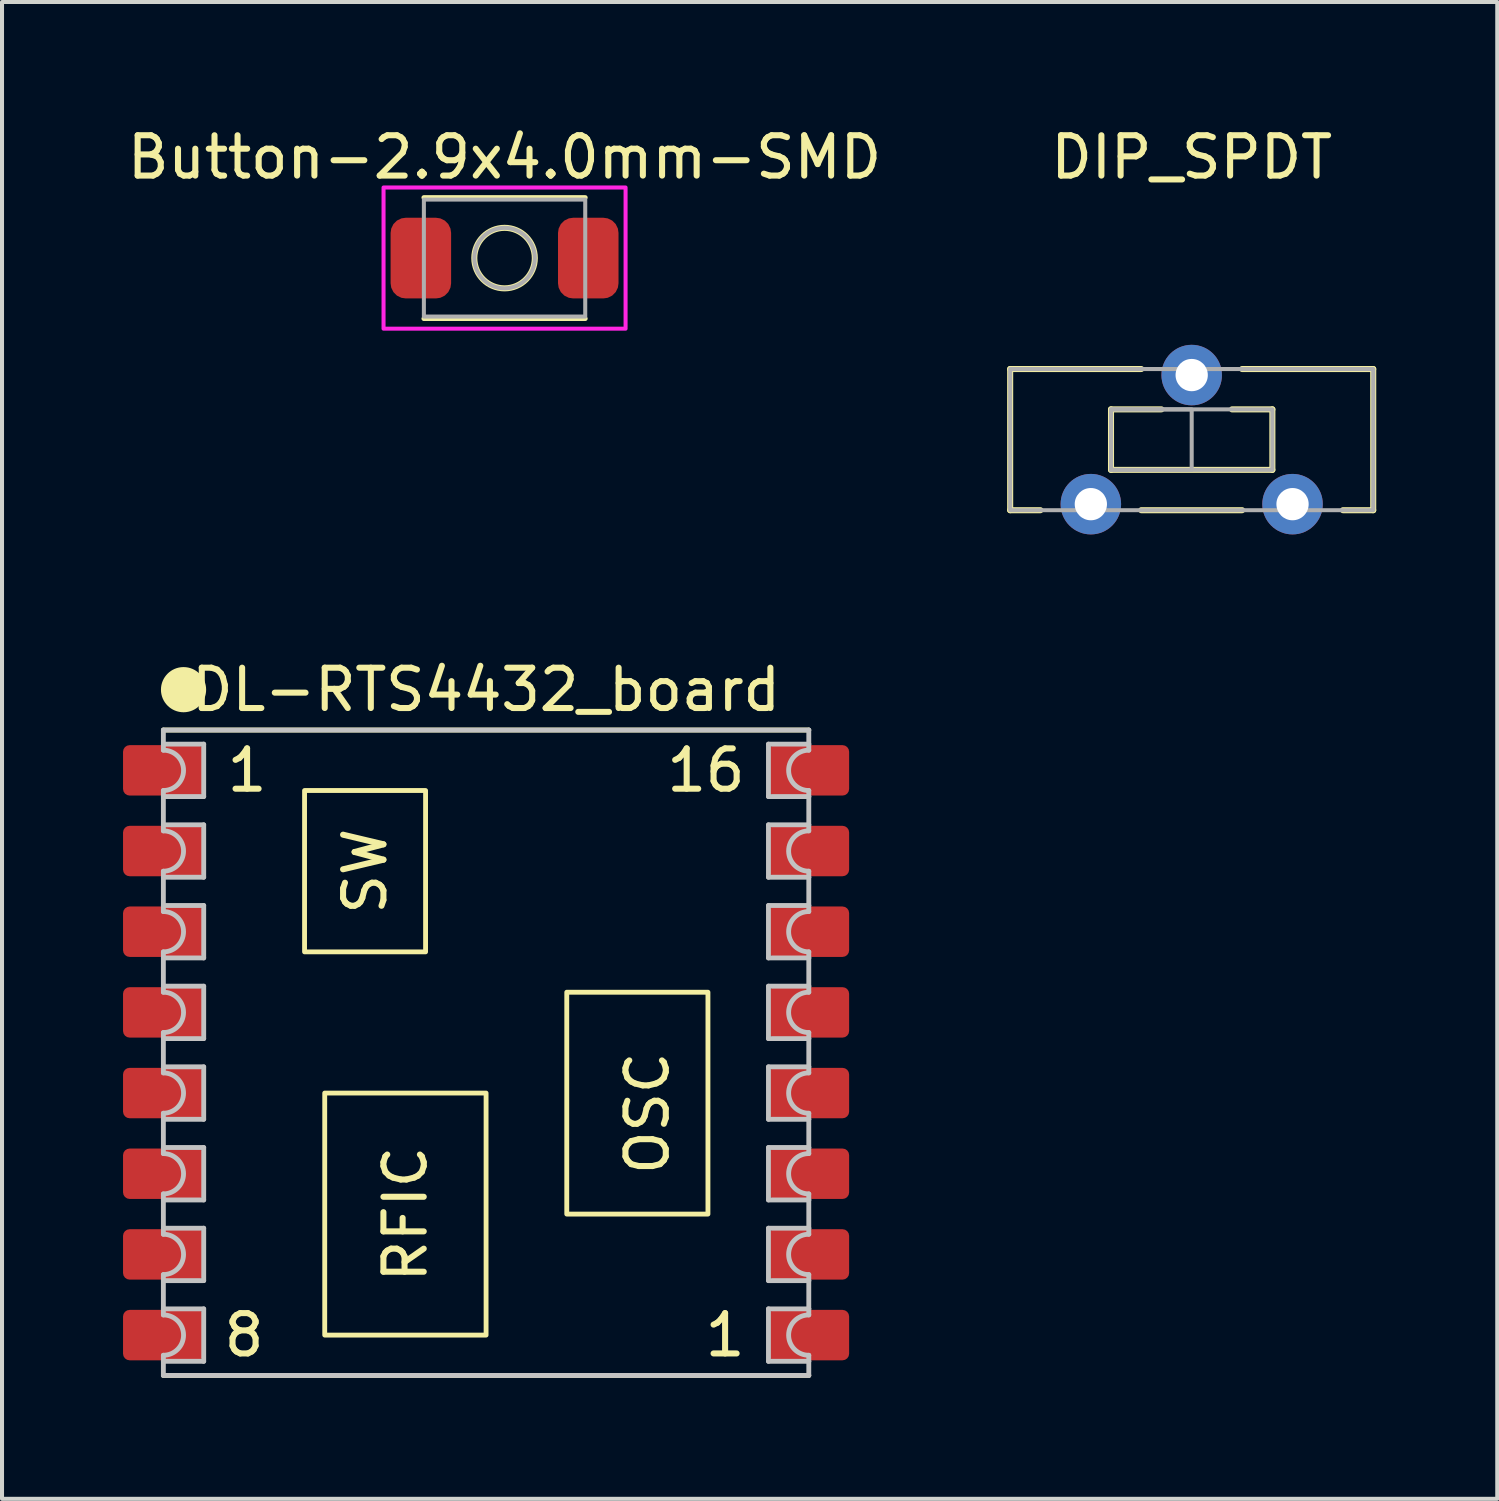
<source format=kicad_pcb>
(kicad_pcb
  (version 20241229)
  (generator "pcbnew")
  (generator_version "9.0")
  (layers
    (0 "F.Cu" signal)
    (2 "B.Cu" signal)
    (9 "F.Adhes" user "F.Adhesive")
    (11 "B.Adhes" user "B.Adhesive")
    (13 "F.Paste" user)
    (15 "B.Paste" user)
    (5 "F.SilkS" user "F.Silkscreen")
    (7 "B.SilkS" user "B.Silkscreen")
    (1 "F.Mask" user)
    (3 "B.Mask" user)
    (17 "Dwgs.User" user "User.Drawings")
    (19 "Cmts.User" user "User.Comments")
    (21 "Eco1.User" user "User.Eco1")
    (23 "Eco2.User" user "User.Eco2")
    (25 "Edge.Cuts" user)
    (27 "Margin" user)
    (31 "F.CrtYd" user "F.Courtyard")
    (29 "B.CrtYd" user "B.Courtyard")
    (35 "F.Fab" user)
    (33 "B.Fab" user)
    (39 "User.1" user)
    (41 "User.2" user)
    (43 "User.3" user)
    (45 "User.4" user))
  (footprint "DIP_SPDT"
    (layer "F.Cu")
    (at 26.492 7.848)
    (property "Reference" "DIP_SPDT" (at 0 -7 0) (unlocked yes) (layer "F.SilkS") (effects (font (size 1 1) (thickness 0.15))))
    (attr through_hole)
    (fp_line (start -4.5 -1.75) (end -1.25 -1.75) (stroke (width 0.15) (type solid)) (layer "F.SilkS"))
    (fp_line (start -4.5 1.75) (end -4.5 -1.75) (stroke (width 0.15) (type solid)) (layer "F.SilkS"))
    (fp_line (start -3.75 1.75) (end -4.5 1.75) (stroke (width 0.15) (type solid)) (layer "F.SilkS"))
    (fp_line (start -2 -0.75) (end -2 0.75) (stroke (width 0.15) (type solid)) (layer "F.SilkS"))
    (fp_line (start -2 0.75) (end 2 0.75) (stroke (width 0.15) (type solid)) (layer "F.SilkS"))
    (fp_line (start -1.25 1.75) (end 1.25 1.75) (stroke (width 0.15) (type solid)) (layer "F.SilkS"))
    (fp_line (start -0.75 -0.75) (end -2 -0.75) (stroke (width 0.15) (type solid)) (layer "F.SilkS"))
    (fp_line (start 2 -0.75) (end 1 -0.75) (stroke (width 0.15) (type solid)) (layer "F.SilkS"))
    (fp_line (start 2 0.75) (end 2 -0.75) (stroke (width 0.15) (type solid)) (layer "F.SilkS"))
    (fp_line (start 4.5 -1.75) (end 1.25 -1.75) (stroke (width 0.15) (type solid)) (layer "F.SilkS"))
    (fp_line (start 4.5 -1.75) (end 4.5 1.75) (stroke (width 0.15) (type solid)) (layer "F.SilkS"))
    (fp_line (start 4.5 1.75) (end 3.75 1.75) (stroke (width 0.15) (type solid)) (layer "F.SilkS"))
    (fp_rect (start -4.5 1.75) (end 4.5 -1.75) (stroke (width 0.1) (type solid)) (fill no) (layer "F.Fab"))
    (fp_rect (start -2 -0.75) (end 0 0.75) (stroke (width 0.1) (type solid)) (fill no) (layer "F.Fab"))
    (fp_rect (start -2 -0.75) (end 2 0.75) (stroke (width 0.1) (type solid)) (fill no) (layer "F.Fab"))
    (pad "1" thru_hole circle (at -2.5 1.6) (size 1.5 1.5) (drill 0.8) (layers "*.Cu" "*.Mask"))
    (pad "2" thru_hole circle (at 0 -1.6) (size 1.5 1.5) (drill 0.8) (layers "*.Cu" "*.Mask"))
    (pad "3" thru_hole circle (at 2.5 1.6) (size 1.5 1.5) (drill 0.8) (layers "*.Cu" "*.Mask")))
  (footprint "Button-2.9x4.0mm-SMD"
    (layer "F.Cu")
    (at 9.458 3.348)
    (property "Reference" "Button-2.9x4.0mm-SMD" (at 0 -2.5 0) (unlocked yes) (layer "F.SilkS") (effects (font (size 1 1) (thickness 0.15))))
    (attr smd)
    (fp_line (start -2 -1.5) (end 2 -1.5) (stroke (width 0.12) (type solid)) (layer "F.SilkS"))
    (fp_line (start -2 1.5) (end 2 1.5) (stroke (width 0.12) (type solid)) (layer "F.SilkS"))
    (fp_circle (center 0 0) (end 0.75 0) (stroke (width 0.15) (type solid)) (fill no) (layer "F.SilkS"))
    (fp_rect (start -3 -1.75) (end 3 1.75) (stroke (width 0.1) (type solid)) (fill no) (layer "F.CrtYd"))
    (fp_rect (start -2 -1.45) (end 2 1.45) (stroke (width 0.1) (type solid)) (fill no) (layer "F.Fab"))
    (fp_circle (center 0 0) (end 0 -0.75) (stroke (width 0.1) (type solid)) (fill no) (layer "F.Fab"))
    (pad "1" smd roundrect (at -2.075 0) (size 1.5 2) (layers "F.Cu" "F.Mask" "F.Paste") (roundrect_rratio 0.25))
    (pad "2" smd roundrect (at 2.075 0) (size 1.5 2) (layers "F.Cu" "F.Mask" "F.Paste") (roundrect_rratio 0.25)))
  (footprint "DL-RTS4432_board"
    (layer "F.Cu")
    (at 9 23.047)
    (property "Reference" "DL-RTS4432_board" (at 0 -9 0) (unlocked yes) (layer "F.SilkS") (effects (font (size 1 1) (thickness 0.15))))
    (attr smd)
    (fp_line (start -8 -8) (end 8 -8) (stroke (width 0.12) (type solid)) (layer "F.SilkS"))
    (fp_line (start -8 8) (end 8 8) (stroke (width 0.12) (type solid)) (layer "F.SilkS"))
    (fp_rect (start -4.5 -6.5) (end -1.5 -2.5) (stroke (width 0.12) (type solid)) (fill no) (layer "F.SilkS"))
    (fp_rect (start -4 1) (end 0 7) (stroke (width 0.12) (type solid)) (fill no) (layer "F.SilkS"))
    (fp_rect (start 2 -1.5) (end 5.5 4) (stroke (width 0.12) (type solid)) (fill no) (layer "F.SilkS"))
    (fp_circle (center -7.5 -9) (end -7 -9) (stroke (width 0.12) (type solid)) (fill yes) (layer "F.SilkS"))
    (fp_line (start -8 -8) (end 8 -8) (stroke (width 0.12) (type solid)) (layer "Dwgs.User"))
    (fp_line (start -8 -7.65) (end -8 -8) (stroke (width 0.12) (type solid)) (layer "Dwgs.User"))
    (fp_line (start -8 -7.65) (end -7 -7.65) (stroke (width 0.12) (type solid)) (layer "Dwgs.User"))
    (fp_line (start -8 -7.5) (end -8 -7.65) (stroke (width 0.12) (type solid)) (layer "Dwgs.User"))
    (fp_line (start -8 -6.35) (end -8 -6.5) (stroke (width 0.12) (type solid)) (layer "Dwgs.User"))
    (fp_line (start -8 -5.65) (end -8 -6.35) (stroke (width 0.12) (type solid)) (layer "Dwgs.User"))
    (fp_line (start -8 -5.65) (end -7 -5.65) (stroke (width 0.12) (type solid)) (layer "Dwgs.User"))
    (fp_line (start -8 -5.5) (end -8 -5.65) (stroke (width 0.12) (type solid)) (layer "Dwgs.User"))
    (fp_line (start -8 -4.35) (end -8 -4.5) (stroke (width 0.12) (type solid)) (layer "Dwgs.User"))
    (fp_line (start -8 -3.65) (end -8 -4.35) (stroke (width 0.12) (type solid)) (layer "Dwgs.User"))
    (fp_line (start -8 -3.65) (end -7 -3.65) (stroke (width 0.12) (type solid)) (layer "Dwgs.User"))
    (fp_line (start -8 -3.5) (end -8 -3.65) (stroke (width 0.12) (type solid)) (layer "Dwgs.User"))
    (fp_line (start -8 -2.35) (end -8 -2.5) (stroke (width 0.12) (type solid)) (layer "Dwgs.User"))
    (fp_line (start -8 -1.65) (end -8 -2.35) (stroke (width 0.12) (type solid)) (layer "Dwgs.User"))
    (fp_line (start -8 -1.65) (end -7 -1.65) (stroke (width 0.12) (type solid)) (layer "Dwgs.User"))
    (fp_line (start -8 -1.5) (end -8 -1.65) (stroke (width 0.12) (type solid)) (layer "Dwgs.User"))
    (fp_line (start -8 -0.35) (end -8 -0.5) (stroke (width 0.12) (type solid)) (layer "Dwgs.User"))
    (fp_line (start -8 0.35) (end -8 -0.35) (stroke (width 0.12) (type solid)) (layer "Dwgs.User"))
    (fp_line (start -8 0.35) (end -7 0.35) (stroke (width 0.12) (type solid)) (layer "Dwgs.User"))
    (fp_line (start -8 0.5) (end -8 0.35) (stroke (width 0.12) (type solid)) (layer "Dwgs.User"))
    (fp_line (start -8 1.65) (end -8 1.5) (stroke (width 0.12) (type solid)) (layer "Dwgs.User"))
    (fp_line (start -8 2.35) (end -8 1.65) (stroke (width 0.12) (type solid)) (layer "Dwgs.User"))
    (fp_line (start -8 2.35) (end -7 2.35) (stroke (width 0.12) (type solid)) (layer "Dwgs.User"))
    (fp_line (start -8 2.5) (end -8 2.35) (stroke (width 0.12) (type solid)) (layer "Dwgs.User"))
    (fp_line (start -8 3.65) (end -8 3.5) (stroke (width 0.12) (type solid)) (layer "Dwgs.User"))
    (fp_line (start -8 4.35) (end -8 3.65) (stroke (width 0.12) (type solid)) (layer "Dwgs.User"))
    (fp_line (start -8 4.35) (end -7 4.35) (stroke (width 0.12) (type solid)) (layer "Dwgs.User"))
    (fp_line (start -8 4.5) (end -8 4.35) (stroke (width 0.12) (type solid)) (layer "Dwgs.User"))
    (fp_line (start -8 5.65) (end -8 5.5) (stroke (width 0.12) (type solid)) (layer "Dwgs.User"))
    (fp_line (start -8 6.35) (end -8 5.65) (stroke (width 0.12) (type solid)) (layer "Dwgs.User"))
    (fp_line (start -8 6.35) (end -7 6.35) (stroke (width 0.12) (type solid)) (layer "Dwgs.User"))
    (fp_line (start -8 6.5) (end -8 6.35) (stroke (width 0.12) (type solid)) (layer "Dwgs.User"))
    (fp_line (start -8 7.65) (end -8 7.5) (stroke (width 0.12) (type solid)) (layer "Dwgs.User"))
    (fp_line (start -8 8) (end -8 7.65) (stroke (width 0.12) (type solid)) (layer "Dwgs.User"))
    (fp_line (start -7 -7.65) (end -7 -6.35) (stroke (width 0.12) (type solid)) (layer "Dwgs.User"))
    (fp_line (start -7 -6.35) (end -8 -6.35) (stroke (width 0.12) (type solid)) (layer "Dwgs.User"))
    (fp_line (start -7 -5.65) (end -7 -4.35) (stroke (width 0.12) (type solid)) (layer "Dwgs.User"))
    (fp_line (start -7 -4.35) (end -8 -4.35) (stroke (width 0.12) (type solid)) (layer "Dwgs.User"))
    (fp_line (start -7 -3.65) (end -7 -2.35) (stroke (width 0.12) (type solid)) (layer "Dwgs.User"))
    (fp_line (start -7 -2.35) (end -8 -2.35) (stroke (width 0.12) (type solid)) (layer "Dwgs.User"))
    (fp_line (start -7 -1.65) (end -7 -0.35) (stroke (width 0.12) (type solid)) (layer "Dwgs.User"))
    (fp_line (start -7 -0.35) (end -8 -0.35) (stroke (width 0.12) (type solid)) (layer "Dwgs.User"))
    (fp_line (start -7 0.35) (end -7 1.65) (stroke (width 0.12) (type solid)) (layer "Dwgs.User"))
    (fp_line (start -7 1.65) (end -8 1.65) (stroke (width 0.12) (type solid)) (layer "Dwgs.User"))
    (fp_line (start -7 2.35) (end -7 3.65) (stroke (width 0.12) (type solid)) (layer "Dwgs.User"))
    (fp_line (start -7 3.65) (end -8 3.65) (stroke (width 0.12) (type solid)) (layer "Dwgs.User"))
    (fp_line (start -7 4.35) (end -7 5.65) (stroke (width 0.12) (type solid)) (layer "Dwgs.User"))
    (fp_line (start -7 5.65) (end -8 5.65) (stroke (width 0.12) (type solid)) (layer "Dwgs.User"))
    (fp_line (start -7 6.35) (end -7 7.65) (stroke (width 0.12) (type solid)) (layer "Dwgs.User"))
    (fp_line (start -7 7.65) (end -8 7.65) (stroke (width 0.12) (type solid)) (layer "Dwgs.User"))
    (fp_line (start 7 -7.65) (end 8 -7.65) (stroke (width 0.12) (type solid)) (layer "Dwgs.User"))
    (fp_line (start 7 -6.35) (end 7 -7.65) (stroke (width 0.12) (type solid)) (layer "Dwgs.User"))
    (fp_line (start 7 -5.65) (end 8 -5.65) (stroke (width 0.12) (type solid)) (layer "Dwgs.User"))
    (fp_line (start 7 -4.35) (end 7 -5.65) (stroke (width 0.12) (type solid)) (layer "Dwgs.User"))
    (fp_line (start 7 -3.65) (end 8 -3.65) (stroke (width 0.12) (type solid)) (layer "Dwgs.User"))
    (fp_line (start 7 -2.35) (end 7 -3.65) (stroke (width 0.12) (type solid)) (layer "Dwgs.User"))
    (fp_line (start 7 -1.65) (end 8 -1.65) (stroke (width 0.12) (type solid)) (layer "Dwgs.User"))
    (fp_line (start 7 -0.35) (end 7 -1.65) (stroke (width 0.12) (type solid)) (layer "Dwgs.User"))
    (fp_line (start 7 0.35) (end 8 0.35) (stroke (width 0.12) (type solid)) (layer "Dwgs.User"))
    (fp_line (start 7 1.65) (end 7 0.35) (stroke (width 0.12) (type solid)) (layer "Dwgs.User"))
    (fp_line (start 7 2.35) (end 8 2.35) (stroke (width 0.12) (type solid)) (layer "Dwgs.User"))
    (fp_line (start 7 3.65) (end 7 2.35) (stroke (width 0.12) (type solid)) (layer "Dwgs.User"))
    (fp_line (start 7 4.35) (end 8 4.35) (stroke (width 0.12) (type solid)) (layer "Dwgs.User"))
    (fp_line (start 7 5.65) (end 7 4.35) (stroke (width 0.12) (type solid)) (layer "Dwgs.User"))
    (fp_line (start 7 6.35) (end 8 6.35) (stroke (width 0.12) (type solid)) (layer "Dwgs.User"))
    (fp_line (start 7 7.65) (end 7 6.35) (stroke (width 0.12) (type solid)) (layer "Dwgs.User"))
    (fp_line (start 8 -8) (end 8 -7.65) (stroke (width 0.12) (type solid)) (layer "Dwgs.User"))
    (fp_line (start 8 -7.65) (end 8 -7.5) (stroke (width 0.12) (type solid)) (layer "Dwgs.User"))
    (fp_line (start 8 -6.5) (end 8 -6.35) (stroke (width 0.12) (type solid)) (layer "Dwgs.User"))
    (fp_line (start 8 -6.35) (end 7 -6.35) (stroke (width 0.12) (type solid)) (layer "Dwgs.User"))
    (fp_line (start 8 -6.35) (end 8 -5.65) (stroke (width 0.12) (type solid)) (layer "Dwgs.User"))
    (fp_line (start 8 -5.65) (end 8 -5.5) (stroke (width 0.12) (type solid)) (layer "Dwgs.User"))
    (fp_line (start 8 -4.5) (end 8 -4.35) (stroke (width 0.12) (type solid)) (layer "Dwgs.User"))
    (fp_line (start 8 -4.35) (end 7 -4.35) (stroke (width 0.12) (type solid)) (layer "Dwgs.User"))
    (fp_line (start 8 -4.35) (end 8 -3.65) (stroke (width 0.12) (type solid)) (layer "Dwgs.User"))
    (fp_line (start 8 -3.65) (end 8 -3.5) (stroke (width 0.12) (type solid)) (layer "Dwgs.User"))
    (fp_line (start 8 -2.5) (end 8 -2.35) (stroke (width 0.12) (type solid)) (layer "Dwgs.User"))
    (fp_line (start 8 -2.35) (end 7 -2.35) (stroke (width 0.12) (type solid)) (layer "Dwgs.User"))
    (fp_line (start 8 -2.35) (end 8 -1.65) (stroke (width 0.12) (type solid)) (layer "Dwgs.User"))
    (fp_line (start 8 -1.65) (end 8 -1.5) (stroke (width 0.12) (type solid)) (layer "Dwgs.User"))
    (fp_line (start 8 -0.5) (end 8 -0.35) (stroke (width 0.12) (type solid)) (layer "Dwgs.User"))
    (fp_line (start 8 -0.35) (end 7 -0.35) (stroke (width 0.12) (type solid)) (layer "Dwgs.User"))
    (fp_line (start 8 -0.35) (end 8 0.35) (stroke (width 0.12) (type solid)) (layer "Dwgs.User"))
    (fp_line (start 8 0.35) (end 8 0.5) (stroke (width 0.12) (type solid)) (layer "Dwgs.User"))
    (fp_line (start 8 1.5) (end 8 1.65) (stroke (width 0.12) (type solid)) (layer "Dwgs.User"))
    (fp_line (start 8 1.65) (end 7 1.65) (stroke (width 0.12) (type solid)) (layer "Dwgs.User"))
    (fp_line (start 8 1.65) (end 8 2.35) (stroke (width 0.12) (type solid)) (layer "Dwgs.User"))
    (fp_line (start 8 2.35) (end 8 2.5) (stroke (width 0.12) (type solid)) (layer "Dwgs.User"))
    (fp_line (start 8 3.5) (end 8 3.65) (stroke (width 0.12) (type solid)) (layer "Dwgs.User"))
    (fp_line (start 8 3.65) (end 7 3.65) (stroke (width 0.12) (type solid)) (layer "Dwgs.User"))
    (fp_line (start 8 3.65) (end 8 4.35) (stroke (width 0.12) (type solid)) (layer "Dwgs.User"))
    (fp_line (start 8 4.35) (end 8 4.5) (stroke (width 0.12) (type solid)) (layer "Dwgs.User"))
    (fp_line (start 8 5.5) (end 8 5.65) (stroke (width 0.12) (type solid)) (layer "Dwgs.User"))
    (fp_line (start 8 5.65) (end 7 5.65) (stroke (width 0.12) (type solid)) (layer "Dwgs.User"))
    (fp_line (start 8 5.65) (end 8 6.35) (stroke (width 0.12) (type solid)) (layer "Dwgs.User"))
    (fp_line (start 8 6.35) (end 8 6.5) (stroke (width 0.12) (type solid)) (layer "Dwgs.User"))
    (fp_line (start 8 7.5) (end 8 7.65) (stroke (width 0.12) (type solid)) (layer "Dwgs.User"))
    (fp_line (start 8 7.65) (end 7 7.65) (stroke (width 0.12) (type solid)) (layer "Dwgs.User"))
    (fp_line (start 8 7.65) (end 8 8) (stroke (width 0.12) (type solid)) (layer "Dwgs.User"))
    (fp_line (start 8 8) (end -8 8) (stroke (width 0.12) (type solid)) (layer "Dwgs.User"))
    (fp_arc (start -8 -7.5) (mid -7.5 -7) (end -8 -6.5) (stroke (width 0.12) (type solid)) (layer "Dwgs.User"))
    (fp_arc (start -8 -5.5) (mid -7.5 -5) (end -8 -4.5) (stroke (width 0.12) (type solid)) (layer "Dwgs.User"))
    (fp_arc (start -8 -3.5) (mid -7.5 -3) (end -8 -2.5) (stroke (width 0.12) (type solid)) (layer "Dwgs.User"))
    (fp_arc (start -8 -1.5) (mid -7.5 -1) (end -8 -0.5) (stroke (width 0.12) (type solid)) (layer "Dwgs.User"))
    (fp_arc (start -8 0.5) (mid -7.5 1) (end -8 1.5) (stroke (width 0.12) (type solid)) (layer "Dwgs.User"))
    (fp_arc (start -8 2.5) (mid -7.5 3) (end -8 3.5) (stroke (width 0.12) (type solid)) (layer "Dwgs.User"))
    (fp_arc (start -8 4.5) (mid -7.5 5) (end -8 5.5) (stroke (width 0.12) (type solid)) (layer "Dwgs.User"))
    (fp_arc (start -8 6.5) (mid -7.5 7) (end -8 7.5) (stroke (width 0.12) (type solid)) (layer "Dwgs.User"))
    (fp_arc (start 8 -6.5) (mid 7.5 -7) (end 8 -7.5) (stroke (width 0.12) (type solid)) (layer "Dwgs.User"))
    (fp_arc (start 8 -4.5) (mid 7.5 -5) (end 8 -5.5) (stroke (width 0.12) (type solid)) (layer "Dwgs.User"))
    (fp_arc (start 8 -2.5) (mid 7.5 -3) (end 8 -3.5) (stroke (width 0.12) (type solid)) (layer "Dwgs.User"))
    (fp_arc (start 8 -0.5) (mid 7.5 -1) (end 8 -1.5) (stroke (width 0.12) (type solid)) (layer "Dwgs.User"))
    (fp_arc (start 8 1.5) (mid 7.5 1) (end 8 0.5) (stroke (width 0.12) (type solid)) (layer "Dwgs.User"))
    (fp_arc (start 8 3.5) (mid 7.5 3) (end 8 2.5) (stroke (width 0.12) (type solid)) (layer "Dwgs.User"))
    (fp_arc (start 8 5.5) (mid 7.5 5) (end 8 4.5) (stroke (width 0.12) (type solid)) (layer "Dwgs.User"))
    (fp_arc (start 8 7.5) (mid 7.5 7) (end 8 6.5) (stroke (width 0.12) (type solid)) (layer "Dwgs.User"))
    (fp_text user "1" (at -6.5 -7 0) (unlocked yes) (layer "F.SilkS") (effects (font (size 1 1) (thickness 0.15)) (justify left)))
    (fp_text user "8" (at -6 7 0) (unlocked yes) (layer "F.SilkS") (effects (font (size 1 1) (thickness 0.15))))
    (fp_text user "OSC" (at 4 1.5 90) (unlocked yes) (layer "F.SilkS") (effects (font (size 1 1) (thickness 0.15))))
    (fp_text user "16" (at 6.5 -7 0) (unlocked yes) (layer "F.SilkS") (effects (font (size 1 1) (thickness 0.15)) (justify right)))
    (fp_text user "SW" (at -3 -4.5 90) (unlocked yes) (layer "F.SilkS") (effects (font (size 1 1) (thickness 0.15))))
    (fp_text user "RFIC" (at -2 4 90) (unlocked yes) (layer "F.SilkS") (effects (font (size 1 1) (thickness 0.15))))
    (fp_text user "1" (at 6.5 7 0) (unlocked yes) (layer "F.SilkS") (effects (font (size 1 1) (thickness 0.15)) (justify right)))
    (pad "1" smd roundrect (at -8 -7) (size 2 1.25) (layers "F.Cu" "F.Mask" "F.Paste") (roundrect_rratio 0.131))
    (pad "2" smd roundrect (at -8 -5) (size 2 1.25) (layers "F.Cu" "F.Mask" "F.Paste") (roundrect_rratio 0.131))
    (pad "3" smd roundrect (at -8 -3) (size 2 1.25) (layers "F.Cu" "F.Mask" "F.Paste") (roundrect_rratio 0.131))
    (pad "4" smd roundrect (at -8 -1) (size 2 1.25) (layers "F.Cu" "F.Mask" "F.Paste") (roundrect_rratio 0.131))
    (pad "5" smd roundrect (at -8 1) (size 2 1.25) (layers "F.Cu" "F.Mask" "F.Paste") (roundrect_rratio 0.131))
    (pad "6" smd roundrect (at -8 3) (size 2 1.25) (layers "F.Cu" "F.Mask" "F.Paste") (roundrect_rratio 0.131))
    (pad "7" smd roundrect (at -8 5) (size 2 1.25) (layers "F.Cu" "F.Mask" "F.Paste") (roundrect_rratio 0.131))
    (pad "8" smd roundrect (at -8 7) (size 2 1.25) (layers "F.Cu" "F.Mask" "F.Paste") (roundrect_rratio 0.131))
    (pad "9" smd roundrect (at 8 7) (size 2 1.25) (layers "F.Cu" "F.Mask" "F.Paste") (roundrect_rratio 0.131))
    (pad "10" smd roundrect (at 8 5) (size 2 1.25) (layers "F.Cu" "F.Mask" "F.Paste") (roundrect_rratio 0.131))
    (pad "11" smd roundrect (at 8 3) (size 2 1.25) (layers "F.Cu" "F.Mask" "F.Paste") (roundrect_rratio 0.131))
    (pad "12" smd roundrect (at 8 1) (size 2 1.25) (layers "F.Cu" "F.Mask" "F.Paste") (roundrect_rratio 0.131))
    (pad "13" smd roundrect (at 8 -1) (size 2 1.25) (layers "F.Cu" "F.Mask" "F.Paste") (roundrect_rratio 0.131))
    (pad "14" smd roundrect (at 8 -3) (size 2 1.25) (layers "F.Cu" "F.Mask" "F.Paste") (roundrect_rratio 0.131))
    (pad "15" smd roundrect (at 8 -5) (size 2 1.25) (layers "F.Cu" "F.Mask" "F.Paste") (roundrect_rratio 0.131))
    (pad "16" smd roundrect (at 8 -7) (size 2 1.25) (layers "F.Cu" "F.Mask" "F.Paste") (roundrect_rratio 0.131)))
  (gr_rect
    (start -3 -3)
    (end 34.067 34.106)
    (stroke (width 0.1) (type default))
    (fill no)
    (layer "Edge.Cuts")))
</source>
